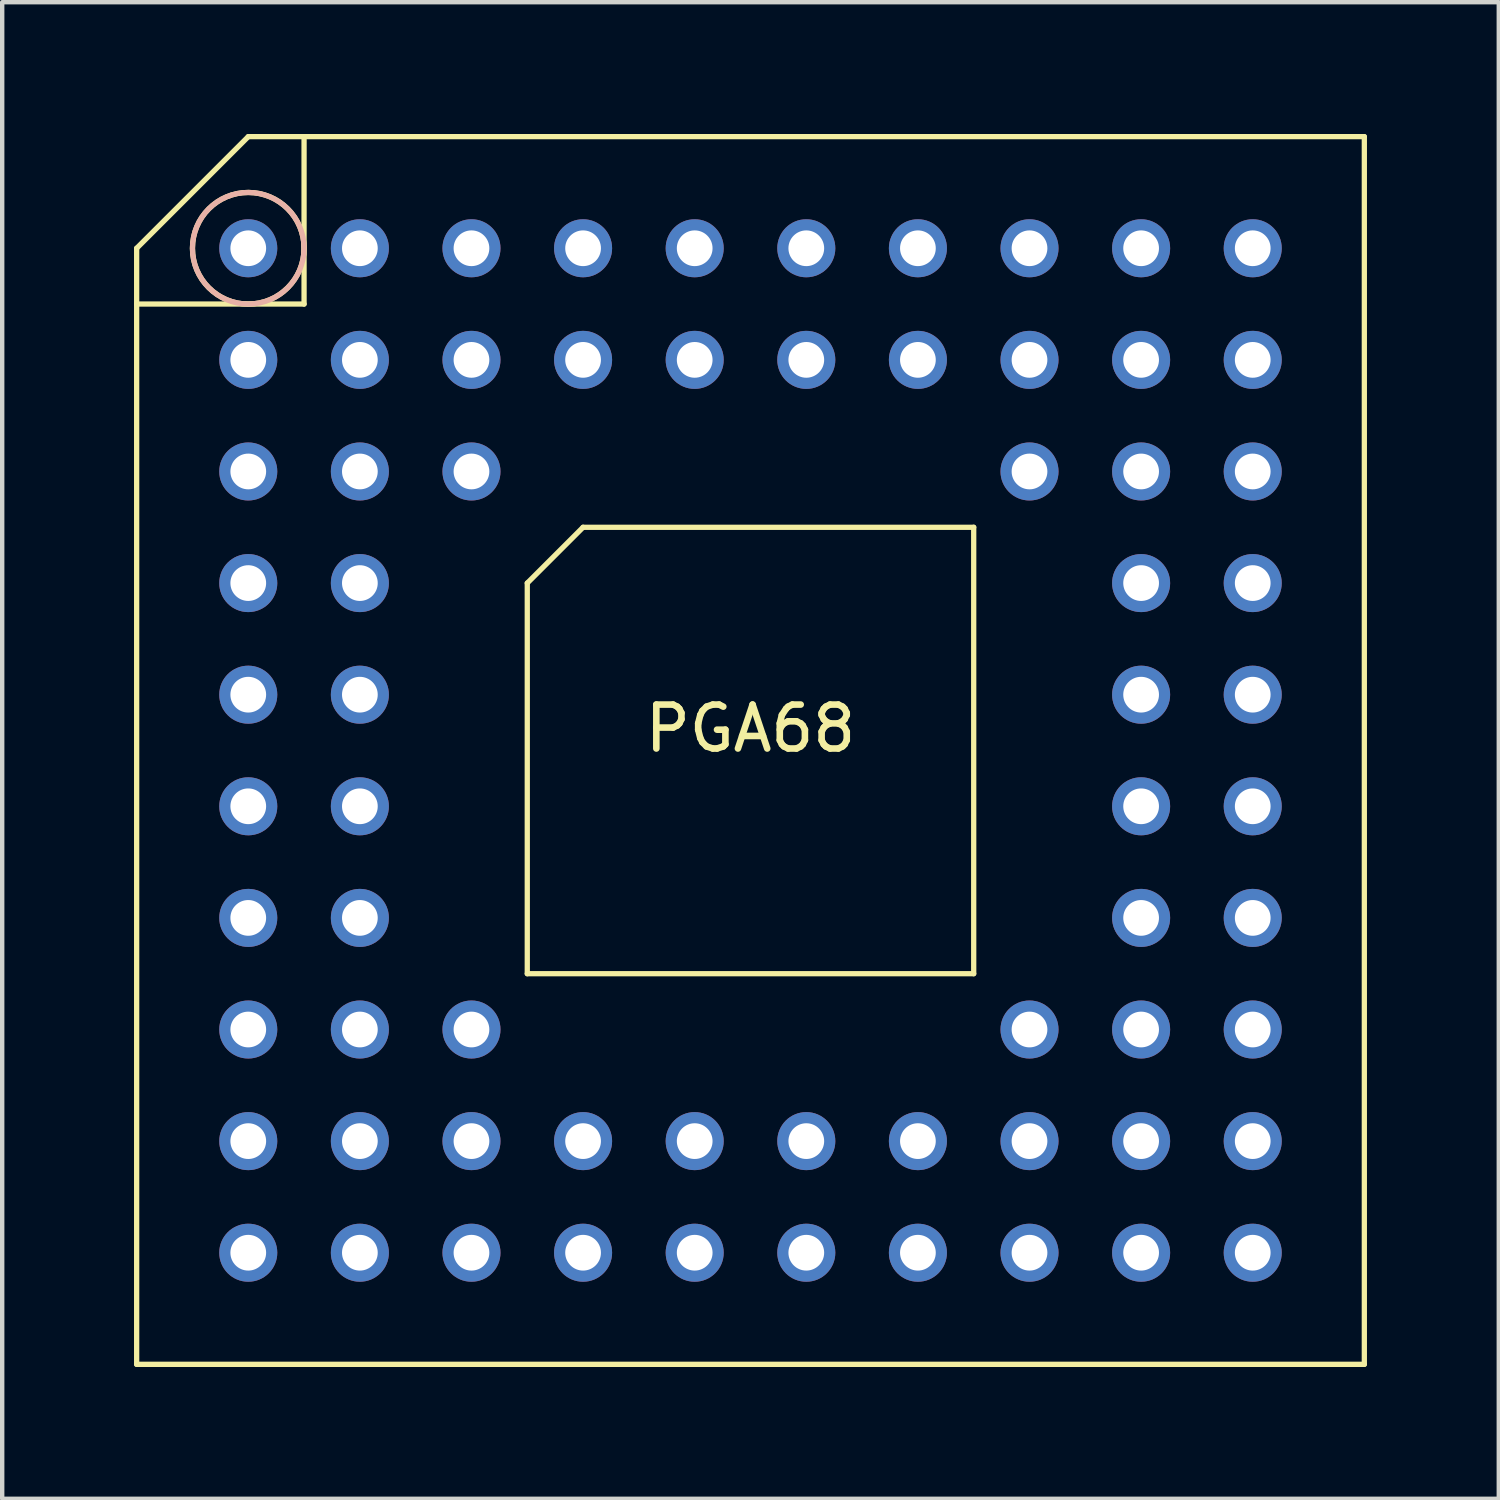
<source format=kicad_pcb>
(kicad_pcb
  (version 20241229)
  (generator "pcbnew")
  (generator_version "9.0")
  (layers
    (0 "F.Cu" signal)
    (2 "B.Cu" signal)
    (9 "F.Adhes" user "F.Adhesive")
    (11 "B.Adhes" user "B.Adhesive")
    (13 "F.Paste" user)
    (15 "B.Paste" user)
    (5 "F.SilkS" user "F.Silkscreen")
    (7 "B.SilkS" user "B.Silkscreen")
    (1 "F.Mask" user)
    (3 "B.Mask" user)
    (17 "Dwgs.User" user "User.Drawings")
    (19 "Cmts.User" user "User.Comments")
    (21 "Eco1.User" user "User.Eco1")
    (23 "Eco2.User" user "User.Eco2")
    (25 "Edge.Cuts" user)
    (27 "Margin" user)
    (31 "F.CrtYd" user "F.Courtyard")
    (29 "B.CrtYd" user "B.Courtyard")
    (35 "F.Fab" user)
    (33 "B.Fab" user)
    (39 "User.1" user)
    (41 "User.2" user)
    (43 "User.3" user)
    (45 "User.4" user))
  (footprint "PGA68"
    (layer "F.Cu")
    (at 14.03 14.03)
    (property "Reference" "PGA68" (at 0 -0.5 0) (unlocked yes) (layer "F.SilkS") (effects (font (size 1 1) (thickness 0.15))))
    (attr through_hole)
    (fp_line (start -13.97 -11.43) (end -13.97 13.97) (stroke (width 0.12) (type default)) (layer "F.SilkS"))
    (fp_line (start -13.97 13.97) (end 13.97 13.97) (stroke (width 0.12) (type default)) (layer "F.SilkS"))
    (fp_line (start -11.43 -13.97) (end -13.97 -11.43) (stroke (width 0.12) (type default)) (layer "F.SilkS"))
    (fp_line (start -10.16 -13.97) (end -10.16 -10.16) (stroke (width 0.12) (type default)) (layer "F.SilkS"))
    (fp_line (start -10.16 -10.16) (end -13.97 -10.16) (stroke (width 0.12) (type default)) (layer "F.SilkS"))
    (fp_line (start -5.08 -3.81) (end -5.08 5.08) (stroke (width 0.12) (type default)) (layer "F.SilkS"))
    (fp_line (start -5.08 5.08) (end 5.08 5.08) (stroke (width 0.12) (type default)) (layer "F.SilkS"))
    (fp_line (start -3.81 -5.08) (end -5.08 -3.81) (stroke (width 0.12) (type default)) (layer "F.SilkS"))
    (fp_line (start 5.08 -5.08) (end -3.81 -5.08) (stroke (width 0.12) (type default)) (layer "F.SilkS"))
    (fp_line (start 5.08 5.08) (end 5.08 -5.08) (stroke (width 0.12) (type default)) (layer "F.SilkS"))
    (fp_line (start 13.97 -13.97) (end -11.43 -13.97) (stroke (width 0.12) (type default)) (layer "F.SilkS"))
    (fp_line (start 13.97 13.97) (end 13.97 -13.97) (stroke (width 0.12) (type default)) (layer "F.SilkS"))
    (fp_circle (center -11.43 -11.43) (end -10.16 -11.43) (stroke (width 0.12) (type default)) (fill no) (layer "F.SilkS"))
    (fp_circle (center -11.43 -11.43) (end -10.16 -11.43) (stroke (width 0.12) (type default)) (fill no) (layer "B.SilkS"))
    (pad "A1" thru_hole circle (at -11.43 -11.43) (size 1.321 1.321) (drill 0.813) (layers "*.Cu" "*.Mask"))
    (pad "A2" thru_hole circle (at -8.89 -11.43) (size 1.321 1.321) (drill 0.813) (layers "*.Cu" "*.Mask"))
    (pad "A3" thru_hole circle (at -6.35 -11.43) (size 1.321 1.321) (drill 0.813) (layers "*.Cu" "*.Mask"))
    (pad "A4" thru_hole circle (at -3.81 -11.43) (size 1.321 1.321) (drill 0.813) (layers "*.Cu" "*.Mask"))
    (pad "A5" thru_hole circle (at -1.27 -11.43) (size 1.321 1.321) (drill 0.813) (layers "*.Cu" "*.Mask"))
    (pad "A6" thru_hole circle (at 1.27 -11.43) (size 1.321 1.321) (drill 0.813) (layers "*.Cu" "*.Mask"))
    (pad "A7" thru_hole circle (at 3.81 -11.43) (size 1.321 1.321) (drill 0.813) (layers "*.Cu" "*.Mask"))
    (pad "A8" thru_hole circle (at 6.35 -11.43) (size 1.321 1.321) (drill 0.813) (layers "*.Cu" "*.Mask"))
    (pad "A9" thru_hole circle (at 8.89 -11.43) (size 1.321 1.321) (drill 0.813) (layers "*.Cu" "*.Mask"))
    (pad "A10" thru_hole circle (at 11.43 -11.43) (size 1.321 1.321) (drill 0.813) (layers "*.Cu" "*.Mask"))
    (pad "B1" thru_hole circle (at -11.43 -8.89) (size 1.321 1.321) (drill 0.813) (layers "*.Cu" "*.Mask"))
    (pad "B2" thru_hole circle (at -8.89 -8.89) (size 1.321 1.321) (drill 0.813) (layers "*.Cu" "*.Mask"))
    (pad "B3" thru_hole circle (at -6.35 -8.89) (size 1.321 1.321) (drill 0.813) (layers "*.Cu" "*.Mask"))
    (pad "B4" thru_hole circle (at -3.81 -8.89) (size 1.321 1.321) (drill 0.813) (layers "*.Cu" "*.Mask"))
    (pad "B5" thru_hole circle (at -1.27 -8.89) (size 1.321 1.321) (drill 0.813) (layers "*.Cu" "*.Mask"))
    (pad "B6" thru_hole circle (at 1.27 -8.89) (size 1.321 1.321) (drill 0.813) (layers "*.Cu" "*.Mask"))
    (pad "B7" thru_hole circle (at 3.81 -8.89) (size 1.321 1.321) (drill 0.813) (layers "*.Cu" "*.Mask"))
    (pad "B8" thru_hole circle (at 6.35 -8.89) (size 1.321 1.321) (drill 0.813) (layers "*.Cu" "*.Mask"))
    (pad "B9" thru_hole circle (at 8.89 -8.89) (size 1.321 1.321) (drill 0.813) (layers "*.Cu" "*.Mask"))
    (pad "B10" thru_hole circle (at 11.43 -8.89) (size 1.321 1.321) (drill 0.813) (layers "*.Cu" "*.Mask"))
    (pad "C1" thru_hole circle (at -11.43 -6.35) (size 1.321 1.321) (drill 0.813) (layers "*.Cu" "*.Mask"))
    (pad "C2" thru_hole circle (at -8.89 -6.35) (size 1.321 1.321) (drill 0.813) (layers "*.Cu" "*.Mask"))
    (pad "C3" thru_hole circle (at -6.35 -6.35) (size 1.321 1.321) (drill 0.813) (layers "*.Cu" "*.Mask"))
    (pad "C8" thru_hole circle (at 6.35 -6.35) (size 1.321 1.321) (drill 0.813) (layers "*.Cu" "*.Mask"))
    (pad "C9" thru_hole circle (at 8.89 -6.35) (size 1.321 1.321) (drill 0.813) (layers "*.Cu" "*.Mask"))
    (pad "C10" thru_hole circle (at 11.43 -6.35) (size 1.321 1.321) (drill 0.813) (layers "*.Cu" "*.Mask"))
    (pad "D1" thru_hole circle (at -11.43 -3.81) (size 1.321 1.321) (drill 0.813) (layers "*.Cu" "*.Mask"))
    (pad "D2" thru_hole circle (at -8.89 -3.81) (size 1.321 1.321) (drill 0.813) (layers "*.Cu" "*.Mask"))
    (pad "D9" thru_hole circle (at 8.89 -3.81) (size 1.321 1.321) (drill 0.813) (layers "*.Cu" "*.Mask"))
    (pad "D10" thru_hole circle (at 11.43 -3.81) (size 1.321 1.321) (drill 0.813) (layers "*.Cu" "*.Mask"))
    (pad "E1" thru_hole circle (at -11.43 -1.27) (size 1.321 1.321) (drill 0.813) (layers "*.Cu" "*.Mask"))
    (pad "E2" thru_hole circle (at -8.89 -1.27) (size 1.321 1.321) (drill 0.813) (layers "*.Cu" "*.Mask"))
    (pad "E9" thru_hole circle (at 8.89 -1.27) (size 1.321 1.321) (drill 0.813) (layers "*.Cu" "*.Mask"))
    (pad "E10" thru_hole circle (at 11.43 -1.27) (size 1.321 1.321) (drill 0.813) (layers "*.Cu" "*.Mask"))
    (pad "F1" thru_hole circle (at -11.43 1.27) (size 1.321 1.321) (drill 0.813) (layers "*.Cu" "*.Mask"))
    (pad "F2" thru_hole circle (at -8.89 1.27) (size 1.321 1.321) (drill 0.813) (layers "*.Cu" "*.Mask"))
    (pad "F9" thru_hole circle (at 8.89 1.27) (size 1.321 1.321) (drill 0.813) (layers "*.Cu" "*.Mask"))
    (pad "F10" thru_hole circle (at 11.43 1.27) (size 1.321 1.321) (drill 0.813) (layers "*.Cu" "*.Mask"))
    (pad "G1" thru_hole circle (at -11.43 3.81) (size 1.321 1.321) (drill 0.813) (layers "*.Cu" "*.Mask"))
    (pad "G2" thru_hole circle (at -8.89 3.81) (size 1.321 1.321) (drill 0.813) (layers "*.Cu" "*.Mask"))
    (pad "G9" thru_hole circle (at 8.89 3.81) (size 1.321 1.321) (drill 0.813) (layers "*.Cu" "*.Mask"))
    (pad "G10" thru_hole circle (at 11.43 3.81) (size 1.321 1.321) (drill 0.813) (layers "*.Cu" "*.Mask"))
    (pad "H1" thru_hole circle (at -11.43 6.35) (size 1.321 1.321) (drill 0.813) (layers "*.Cu" "*.Mask"))
    (pad "H2" thru_hole circle (at -8.89 6.35) (size 1.321 1.321) (drill 0.813) (layers "*.Cu" "*.Mask"))
    (pad "H3" thru_hole circle (at -6.35 6.35) (size 1.321 1.321) (drill 0.813) (layers "*.Cu" "*.Mask"))
    (pad "H8" thru_hole circle (at 6.35 6.35) (size 1.321 1.321) (drill 0.813) (layers "*.Cu" "*.Mask"))
    (pad "H9" thru_hole circle (at 8.89 6.35) (size 1.321 1.321) (drill 0.813) (layers "*.Cu" "*.Mask"))
    (pad "H10" thru_hole circle (at 11.43 6.35) (size 1.321 1.321) (drill 0.813) (layers "*.Cu" "*.Mask"))
    (pad "J1" thru_hole circle (at -11.43 8.89) (size 1.321 1.321) (drill 0.813) (layers "*.Cu" "*.Mask"))
    (pad "J2" thru_hole circle (at -8.89 8.89) (size 1.321 1.321) (drill 0.813) (layers "*.Cu" "*.Mask"))
    (pad "J3" thru_hole circle (at -6.35 8.89) (size 1.321 1.321) (drill 0.813) (layers "*.Cu" "*.Mask"))
    (pad "J4" thru_hole circle (at -3.81 8.89) (size 1.321 1.321) (drill 0.813) (layers "*.Cu" "*.Mask"))
    (pad "J5" thru_hole circle (at -1.27 8.89) (size 1.321 1.321) (drill 0.813) (layers "*.Cu" "*.Mask"))
    (pad "J6" thru_hole circle (at 1.27 8.89) (size 1.321 1.321) (drill 0.813) (layers "*.Cu" "*.Mask"))
    (pad "J7" thru_hole circle (at 3.81 8.89) (size 1.321 1.321) (drill 0.813) (layers "*.Cu" "*.Mask"))
    (pad "J8" thru_hole circle (at 6.35 8.89) (size 1.321 1.321) (drill 0.813) (layers "*.Cu" "*.Mask"))
    (pad "J9" thru_hole circle (at 8.89 8.89) (size 1.321 1.321) (drill 0.813) (layers "*.Cu" "*.Mask"))
    (pad "J10" thru_hole circle (at 11.43 8.89) (size 1.321 1.321) (drill 0.813) (layers "*.Cu" "*.Mask"))
    (pad "K1" thru_hole circle (at -11.43 11.43) (size 1.321 1.321) (drill 0.813) (layers "*.Cu" "*.Mask"))
    (pad "K2" thru_hole circle (at -8.89 11.43) (size 1.321 1.321) (drill 0.813) (layers "*.Cu" "*.Mask"))
    (pad "K3" thru_hole circle (at -6.35 11.43) (size 1.321 1.321) (drill 0.813) (layers "*.Cu" "*.Mask"))
    (pad "K4" thru_hole circle (at -3.81 11.43) (size 1.321 1.321) (drill 0.813) (layers "*.Cu" "*.Mask"))
    (pad "K5" thru_hole circle (at -1.27 11.43) (size 1.321 1.321) (drill 0.813) (layers "*.Cu" "*.Mask"))
    (pad "K6" thru_hole circle (at 1.27 11.43) (size 1.321 1.321) (drill 0.813) (layers "*.Cu" "*.Mask"))
    (pad "K7" thru_hole circle (at 3.81 11.43) (size 1.321 1.321) (drill 0.813) (layers "*.Cu" "*.Mask"))
    (pad "K8" thru_hole circle (at 6.35 11.43) (size 1.321 1.321) (drill 0.813) (layers "*.Cu" "*.Mask"))
    (pad "K9" thru_hole circle (at 8.89 11.43) (size 1.321 1.321) (drill 0.813) (layers "*.Cu" "*.Mask"))
    (pad "K10" thru_hole circle (at 11.43 11.43) (size 1.321 1.321) (drill 0.813) (layers "*.Cu" "*.Mask")))
  (gr_rect
    (start -3 -3)
    (end 31.06 31.06)
    (stroke (width 0.1) (type default))
    (fill no)
    (layer "Edge.Cuts")))
</source>
